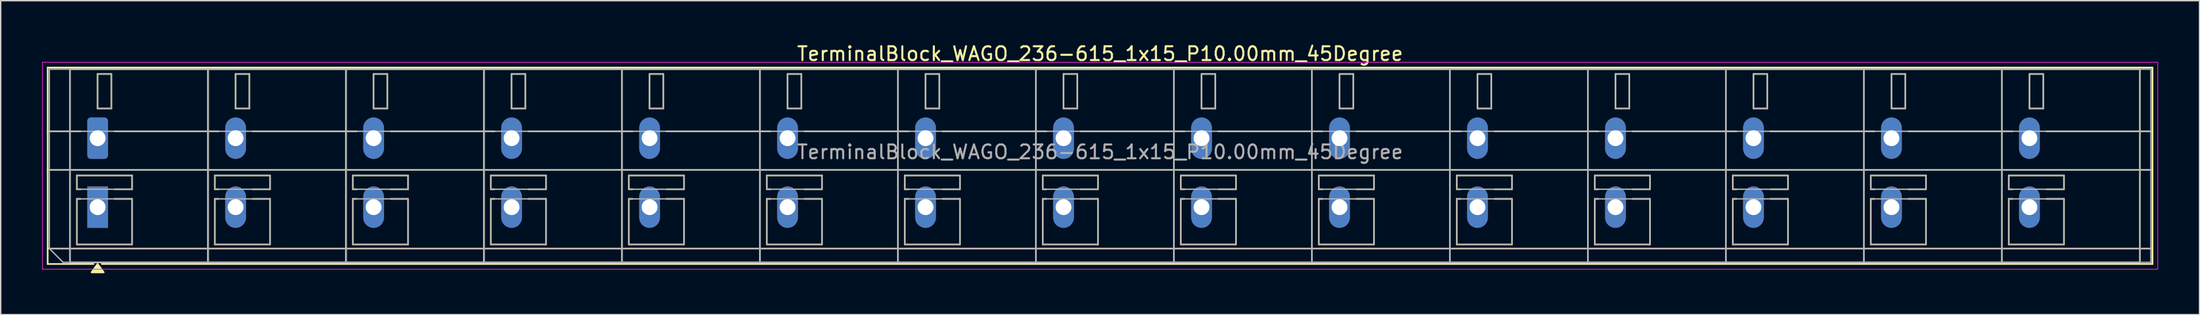
<source format=kicad_pcb>
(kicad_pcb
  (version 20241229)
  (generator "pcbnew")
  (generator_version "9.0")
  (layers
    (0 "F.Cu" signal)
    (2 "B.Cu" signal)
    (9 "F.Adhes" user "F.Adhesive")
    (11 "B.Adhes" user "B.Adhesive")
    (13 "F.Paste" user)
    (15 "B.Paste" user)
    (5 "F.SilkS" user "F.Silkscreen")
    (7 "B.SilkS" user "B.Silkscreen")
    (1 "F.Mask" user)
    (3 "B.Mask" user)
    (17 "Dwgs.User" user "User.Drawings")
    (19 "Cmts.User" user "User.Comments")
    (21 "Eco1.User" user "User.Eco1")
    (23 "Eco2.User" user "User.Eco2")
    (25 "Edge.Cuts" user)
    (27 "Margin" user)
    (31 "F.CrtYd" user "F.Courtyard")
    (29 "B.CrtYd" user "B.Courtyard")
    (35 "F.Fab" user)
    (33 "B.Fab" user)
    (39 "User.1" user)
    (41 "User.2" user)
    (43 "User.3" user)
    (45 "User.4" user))
  (footprint "TerminalBlock_WAGO_236-615_1x15_P10.00mm_45Degree"
    (layer "F.Cu")
    (at 4.025 6.968)
    (property "Reference" "TerminalBlock_WAGO_236-615_1x15_P10.00mm_45Degree" (at 72.65 -6.12 0) (layer "F.SilkS") (effects (font (size 1 1) (thickness 0.15))))
    (attr through_hole)
    (fp_line (start -3.62 -5.12) (end 148.92 -5.12) (stroke (width 0.12) (type solid)) (layer "F.SilkS"))
    (fp_line (start -3.62 -0.5) (end -1.23 -0.5) (stroke (width 0.12) (type solid)) (layer "F.SilkS"))
    (fp_line (start -3.62 2.3) (end 148.92 2.3) (stroke (width 0.12) (type solid)) (layer "F.SilkS"))
    (fp_line (start -3.62 8) (end 148.92 8) (stroke (width 0.12) (type solid)) (layer "F.SilkS"))
    (fp_line (start -3.62 9.12) (end -3.62 -5.12) (stroke (width 0.12) (type solid)) (layer "F.SilkS"))
    (fp_line (start -2 -5) (end 8 -5) (stroke (width 0.12) (type solid)) (layer "F.SilkS"))
    (fp_line (start -2 9) (end -2 -5) (stroke (width 0.12) (type solid)) (layer "F.SilkS"))
    (fp_line (start -1.5 2.7) (end 2.5 2.7) (stroke (width 0.12) (type solid)) (layer "F.SilkS"))
    (fp_line (start -1.5 3.7) (end -1.5 2.7) (stroke (width 0.12) (type solid)) (layer "F.SilkS"))
    (fp_line (start -1.5 4.4) (end -1.23 4.4) (stroke (width 0.12) (type solid)) (layer "F.SilkS"))
    (fp_line (start -1.5 7.7) (end -1.5 4.4) (stroke (width 0.12) (type solid)) (layer "F.SilkS"))
    (fp_line (start -1.23 3.7) (end -1.5 3.7) (stroke (width 0.12) (type solid)) (layer "F.SilkS"))
    (fp_line (start -0.3 9.12) (end -3.62 9.12) (stroke (width 0.12) (type solid)) (layer "F.SilkS"))
    (fp_line (start 0 -4.65) (end 1 -4.65) (stroke (width 0.12) (type solid)) (layer "F.SilkS"))
    (fp_line (start 0 -2.15) (end 0 -4.65) (stroke (width 0.12) (type solid)) (layer "F.SilkS"))
    (fp_line (start 1 -4.65) (end 1 -2.15) (stroke (width 0.12) (type solid)) (layer "F.SilkS"))
    (fp_line (start 1 -2.15) (end 0 -2.15) (stroke (width 0.12) (type solid)) (layer "F.SilkS"))
    (fp_line (start 1.23 -0.5) (end 8.77 -0.5) (stroke (width 0.12) (type solid)) (layer "F.SilkS"))
    (fp_line (start 1.23 4.4) (end 2.5 4.4) (stroke (width 0.12) (type solid)) (layer "F.SilkS"))
    (fp_line (start 2.5 2.7) (end 2.5 3.7) (stroke (width 0.12) (type solid)) (layer "F.SilkS"))
    (fp_line (start 2.5 3.7) (end 1.23 3.7) (stroke (width 0.12) (type solid)) (layer "F.SilkS"))
    (fp_line (start 2.5 4.4) (end 2.5 7.7) (stroke (width 0.12) (type solid)) (layer "F.SilkS"))
    (fp_line (start 2.5 7.7) (end -1.5 7.7) (stroke (width 0.12) (type solid)) (layer "F.SilkS"))
    (fp_line (start 8 -5) (end 8 9) (stroke (width 0.12) (type solid)) (layer "F.SilkS"))
    (fp_line (start 8 -5) (end 18 -5) (stroke (width 0.12) (type solid)) (layer "F.SilkS"))
    (fp_line (start 8 9) (end -2 9) (stroke (width 0.12) (type solid)) (layer "F.SilkS"))
    (fp_line (start 8 9) (end 8 -5) (stroke (width 0.12) (type solid)) (layer "F.SilkS"))
    (fp_line (start 8.5 2.7) (end 12.5 2.7) (stroke (width 0.12) (type solid)) (layer "F.SilkS"))
    (fp_line (start 8.5 3.7) (end 8.5 2.7) (stroke (width 0.12) (type solid)) (layer "F.SilkS"))
    (fp_line (start 8.5 4.4) (end 8.77 4.4) (stroke (width 0.12) (type solid)) (layer "F.SilkS"))
    (fp_line (start 8.5 7.7) (end 8.5 4.4) (stroke (width 0.12) (type solid)) (layer "F.SilkS"))
    (fp_line (start 8.77 3.7) (end 8.5 3.7) (stroke (width 0.12) (type solid)) (layer "F.SilkS"))
    (fp_line (start 10 -4.65) (end 11 -4.65) (stroke (width 0.12) (type solid)) (layer "F.SilkS"))
    (fp_line (start 10 -2.15) (end 10 -4.65) (stroke (width 0.12) (type solid)) (layer "F.SilkS"))
    (fp_line (start 11 -4.65) (end 11 -2.15) (stroke (width 0.12) (type solid)) (layer "F.SilkS"))
    (fp_line (start 11 -2.15) (end 10 -2.15) (stroke (width 0.12) (type solid)) (layer "F.SilkS"))
    (fp_line (start 11.23 -0.5) (end 18.77 -0.5) (stroke (width 0.12) (type solid)) (layer "F.SilkS"))
    (fp_line (start 11.23 4.4) (end 12.5 4.4) (stroke (width 0.12) (type solid)) (layer "F.SilkS"))
    (fp_line (start 12.5 2.7) (end 12.5 3.7) (stroke (width 0.12) (type solid)) (layer "F.SilkS"))
    (fp_line (start 12.5 3.7) (end 11.23 3.7) (stroke (width 0.12) (type solid)) (layer "F.SilkS"))
    (fp_line (start 12.5 4.4) (end 12.5 7.7) (stroke (width 0.12) (type solid)) (layer "F.SilkS"))
    (fp_line (start 12.5 7.7) (end 8.5 7.7) (stroke (width 0.12) (type solid)) (layer "F.SilkS"))
    (fp_line (start 18 -5) (end 18 9) (stroke (width 0.12) (type solid)) (layer "F.SilkS"))
    (fp_line (start 18 -5) (end 28 -5) (stroke (width 0.12) (type solid)) (layer "F.SilkS"))
    (fp_line (start 18 9) (end 8 9) (stroke (width 0.12) (type solid)) (layer "F.SilkS"))
    (fp_line (start 18 9) (end 18 -5) (stroke (width 0.12) (type solid)) (layer "F.SilkS"))
    (fp_line (start 18.5 2.7) (end 22.5 2.7) (stroke (width 0.12) (type solid)) (layer "F.SilkS"))
    (fp_line (start 18.5 3.7) (end 18.5 2.7) (stroke (width 0.12) (type solid)) (layer "F.SilkS"))
    (fp_line (start 18.5 4.4) (end 18.77 4.4) (stroke (width 0.12) (type solid)) (layer "F.SilkS"))
    (fp_line (start 18.5 7.7) (end 18.5 4.4) (stroke (width 0.12) (type solid)) (layer "F.SilkS"))
    (fp_line (start 18.77 3.7) (end 18.5 3.7) (stroke (width 0.12) (type solid)) (layer "F.SilkS"))
    (fp_line (start 20 -4.65) (end 21 -4.65) (stroke (width 0.12) (type solid)) (layer "F.SilkS"))
    (fp_line (start 20 -2.15) (end 20 -4.65) (stroke (width 0.12) (type solid)) (layer "F.SilkS"))
    (fp_line (start 21 -4.65) (end 21 -2.15) (stroke (width 0.12) (type solid)) (layer "F.SilkS"))
    (fp_line (start 21 -2.15) (end 20 -2.15) (stroke (width 0.12) (type solid)) (layer "F.SilkS"))
    (fp_line (start 21.23 -0.5) (end 28.77 -0.5) (stroke (width 0.12) (type solid)) (layer "F.SilkS"))
    (fp_line (start 21.23 4.4) (end 22.5 4.4) (stroke (width 0.12) (type solid)) (layer "F.SilkS"))
    (fp_line (start 22.5 2.7) (end 22.5 3.7) (stroke (width 0.12) (type solid)) (layer "F.SilkS"))
    (fp_line (start 22.5 3.7) (end 21.23 3.7) (stroke (width 0.12) (type solid)) (layer "F.SilkS"))
    (fp_line (start 22.5 4.4) (end 22.5 7.7) (stroke (width 0.12) (type solid)) (layer "F.SilkS"))
    (fp_line (start 22.5 7.7) (end 18.5 7.7) (stroke (width 0.12) (type solid)) (layer "F.SilkS"))
    (fp_line (start 28 -5) (end 28 9) (stroke (width 0.12) (type solid)) (layer "F.SilkS"))
    (fp_line (start 28 -5) (end 38 -5) (stroke (width 0.12) (type solid)) (layer "F.SilkS"))
    (fp_line (start 28 9) (end 18 9) (stroke (width 0.12) (type solid)) (layer "F.SilkS"))
    (fp_line (start 28 9) (end 28 -5) (stroke (width 0.12) (type solid)) (layer "F.SilkS"))
    (fp_line (start 28.5 2.7) (end 32.5 2.7) (stroke (width 0.12) (type solid)) (layer "F.SilkS"))
    (fp_line (start 28.5 3.7) (end 28.5 2.7) (stroke (width 0.12) (type solid)) (layer "F.SilkS"))
    (fp_line (start 28.5 4.4) (end 28.77 4.4) (stroke (width 0.12) (type solid)) (layer "F.SilkS"))
    (fp_line (start 28.5 7.7) (end 28.5 4.4) (stroke (width 0.12) (type solid)) (layer "F.SilkS"))
    (fp_line (start 28.77 3.7) (end 28.5 3.7) (stroke (width 0.12) (type solid)) (layer "F.SilkS"))
    (fp_line (start 30 -4.65) (end 31 -4.65) (stroke (width 0.12) (type solid)) (layer "F.SilkS"))
    (fp_line (start 30 -2.15) (end 30 -4.65) (stroke (width 0.12) (type solid)) (layer "F.SilkS"))
    (fp_line (start 31 -4.65) (end 31 -2.15) (stroke (width 0.12) (type solid)) (layer "F.SilkS"))
    (fp_line (start 31 -2.15) (end 30 -2.15) (stroke (width 0.12) (type solid)) (layer "F.SilkS"))
    (fp_line (start 31.23 -0.5) (end 38.77 -0.5) (stroke (width 0.12) (type solid)) (layer "F.SilkS"))
    (fp_line (start 31.23 4.4) (end 32.5 4.4) (stroke (width 0.12) (type solid)) (layer "F.SilkS"))
    (fp_line (start 32.5 2.7) (end 32.5 3.7) (stroke (width 0.12) (type solid)) (layer "F.SilkS"))
    (fp_line (start 32.5 3.7) (end 31.23 3.7) (stroke (width 0.12) (type solid)) (layer "F.SilkS"))
    (fp_line (start 32.5 4.4) (end 32.5 7.7) (stroke (width 0.12) (type solid)) (layer "F.SilkS"))
    (fp_line (start 32.5 7.7) (end 28.5 7.7) (stroke (width 0.12) (type solid)) (layer "F.SilkS"))
    (fp_line (start 38 -5) (end 38 9) (stroke (width 0.12) (type solid)) (layer "F.SilkS"))
    (fp_line (start 38 -5) (end 48 -5) (stroke (width 0.12) (type solid)) (layer "F.SilkS"))
    (fp_line (start 38 9) (end 28 9) (stroke (width 0.12) (type solid)) (layer "F.SilkS"))
    (fp_line (start 38 9) (end 38 -5) (stroke (width 0.12) (type solid)) (layer "F.SilkS"))
    (fp_line (start 38.5 2.7) (end 42.5 2.7) (stroke (width 0.12) (type solid)) (layer "F.SilkS"))
    (fp_line (start 38.5 3.7) (end 38.5 2.7) (stroke (width 0.12) (type solid)) (layer "F.SilkS"))
    (fp_line (start 38.5 4.4) (end 38.77 4.4) (stroke (width 0.12) (type solid)) (layer "F.SilkS"))
    (fp_line (start 38.5 7.7) (end 38.5 4.4) (stroke (width 0.12) (type solid)) (layer "F.SilkS"))
    (fp_line (start 38.77 3.7) (end 38.5 3.7) (stroke (width 0.12) (type solid)) (layer "F.SilkS"))
    (fp_line (start 40 -4.65) (end 41 -4.65) (stroke (width 0.12) (type solid)) (layer "F.SilkS"))
    (fp_line (start 40 -2.15) (end 40 -4.65) (stroke (width 0.12) (type solid)) (layer "F.SilkS"))
    (fp_line (start 41 -4.65) (end 41 -2.15) (stroke (width 0.12) (type solid)) (layer "F.SilkS"))
    (fp_line (start 41 -2.15) (end 40 -2.15) (stroke (width 0.12) (type solid)) (layer "F.SilkS"))
    (fp_line (start 41.23 -0.5) (end 48.77 -0.5) (stroke (width 0.12) (type solid)) (layer "F.SilkS"))
    (fp_line (start 41.23 4.4) (end 42.5 4.4) (stroke (width 0.12) (type solid)) (layer "F.SilkS"))
    (fp_line (start 42.5 2.7) (end 42.5 3.7) (stroke (width 0.12) (type solid)) (layer "F.SilkS"))
    (fp_line (start 42.5 3.7) (end 41.23 3.7) (stroke (width 0.12) (type solid)) (layer "F.SilkS"))
    (fp_line (start 42.5 4.4) (end 42.5 7.7) (stroke (width 0.12) (type solid)) (layer "F.SilkS"))
    (fp_line (start 42.5 7.7) (end 38.5 7.7) (stroke (width 0.12) (type solid)) (layer "F.SilkS"))
    (fp_line (start 48 -5) (end 48 9) (stroke (width 0.12) (type solid)) (layer "F.SilkS"))
    (fp_line (start 48 -5) (end 58 -5) (stroke (width 0.12) (type solid)) (layer "F.SilkS"))
    (fp_line (start 48 9) (end 38 9) (stroke (width 0.12) (type solid)) (layer "F.SilkS"))
    (fp_line (start 48 9) (end 48 -5) (stroke (width 0.12) (type solid)) (layer "F.SilkS"))
    (fp_line (start 48.5 2.7) (end 52.5 2.7) (stroke (width 0.12) (type solid)) (layer "F.SilkS"))
    (fp_line (start 48.5 3.7) (end 48.5 2.7) (stroke (width 0.12) (type solid)) (layer "F.SilkS"))
    (fp_line (start 48.5 4.4) (end 48.77 4.4) (stroke (width 0.12) (type solid)) (layer "F.SilkS"))
    (fp_line (start 48.5 7.7) (end 48.5 4.4) (stroke (width 0.12) (type solid)) (layer "F.SilkS"))
    (fp_line (start 48.77 3.7) (end 48.5 3.7) (stroke (width 0.12) (type solid)) (layer "F.SilkS"))
    (fp_line (start 50 -4.65) (end 51 -4.65) (stroke (width 0.12) (type solid)) (layer "F.SilkS"))
    (fp_line (start 50 -2.15) (end 50 -4.65) (stroke (width 0.12) (type solid)) (layer "F.SilkS"))
    (fp_line (start 51 -4.65) (end 51 -2.15) (stroke (width 0.12) (type solid)) (layer "F.SilkS"))
    (fp_line (start 51 -2.15) (end 50 -2.15) (stroke (width 0.12) (type solid)) (layer "F.SilkS"))
    (fp_line (start 51.23 -0.5) (end 58.77 -0.5) (stroke (width 0.12) (type solid)) (layer "F.SilkS"))
    (fp_line (start 51.23 4.4) (end 52.5 4.4) (stroke (width 0.12) (type solid)) (layer "F.SilkS"))
    (fp_line (start 52.5 2.7) (end 52.5 3.7) (stroke (width 0.12) (type solid)) (layer "F.SilkS"))
    (fp_line (start 52.5 3.7) (end 51.23 3.7) (stroke (width 0.12) (type solid)) (layer "F.SilkS"))
    (fp_line (start 52.5 4.4) (end 52.5 7.7) (stroke (width 0.12) (type solid)) (layer "F.SilkS"))
    (fp_line (start 52.5 7.7) (end 48.5 7.7) (stroke (width 0.12) (type solid)) (layer "F.SilkS"))
    (fp_line (start 58 -5) (end 58 9) (stroke (width 0.12) (type solid)) (layer "F.SilkS"))
    (fp_line (start 58 -5) (end 68 -5) (stroke (width 0.12) (type solid)) (layer "F.SilkS"))
    (fp_line (start 58 9) (end 48 9) (stroke (width 0.12) (type solid)) (layer "F.SilkS"))
    (fp_line (start 58 9) (end 58 -5) (stroke (width 0.12) (type solid)) (layer "F.SilkS"))
    (fp_line (start 58.5 2.7) (end 62.5 2.7) (stroke (width 0.12) (type solid)) (layer "F.SilkS"))
    (fp_line (start 58.5 3.7) (end 58.5 2.7) (stroke (width 0.12) (type solid)) (layer "F.SilkS"))
    (fp_line (start 58.5 4.4) (end 58.77 4.4) (stroke (width 0.12) (type solid)) (layer "F.SilkS"))
    (fp_line (start 58.5 7.7) (end 58.5 4.4) (stroke (width 0.12) (type solid)) (layer "F.SilkS"))
    (fp_line (start 58.77 3.7) (end 58.5 3.7) (stroke (width 0.12) (type solid)) (layer "F.SilkS"))
    (fp_line (start 60 -4.65) (end 61 -4.65) (stroke (width 0.12) (type solid)) (layer "F.SilkS"))
    (fp_line (start 60 -2.15) (end 60 -4.65) (stroke (width 0.12) (type solid)) (layer "F.SilkS"))
    (fp_line (start 61 -4.65) (end 61 -2.15) (stroke (width 0.12) (type solid)) (layer "F.SilkS"))
    (fp_line (start 61 -2.15) (end 60 -2.15) (stroke (width 0.12) (type solid)) (layer "F.SilkS"))
    (fp_line (start 61.23 -0.5) (end 68.77 -0.5) (stroke (width 0.12) (type solid)) (layer "F.SilkS"))
    (fp_line (start 61.23 4.4) (end 62.5 4.4) (stroke (width 0.12) (type solid)) (layer "F.SilkS"))
    (fp_line (start 62.5 2.7) (end 62.5 3.7) (stroke (width 0.12) (type solid)) (layer "F.SilkS"))
    (fp_line (start 62.5 3.7) (end 61.23 3.7) (stroke (width 0.12) (type solid)) (layer "F.SilkS"))
    (fp_line (start 62.5 4.4) (end 62.5 7.7) (stroke (width 0.12) (type solid)) (layer "F.SilkS"))
    (fp_line (start 62.5 7.7) (end 58.5 7.7) (stroke (width 0.12) (type solid)) (layer "F.SilkS"))
    (fp_line (start 68 -5) (end 68 9) (stroke (width 0.12) (type solid)) (layer "F.SilkS"))
    (fp_line (start 68 -5) (end 78 -5) (stroke (width 0.12) (type solid)) (layer "F.SilkS"))
    (fp_line (start 68 9) (end 58 9) (stroke (width 0.12) (type solid)) (layer "F.SilkS"))
    (fp_line (start 68 9) (end 68 -5) (stroke (width 0.12) (type solid)) (layer "F.SilkS"))
    (fp_line (start 68.5 2.7) (end 72.5 2.7) (stroke (width 0.12) (type solid)) (layer "F.SilkS"))
    (fp_line (start 68.5 3.7) (end 68.5 2.7) (stroke (width 0.12) (type solid)) (layer "F.SilkS"))
    (fp_line (start 68.5 4.4) (end 68.77 4.4) (stroke (width 0.12) (type solid)) (layer "F.SilkS"))
    (fp_line (start 68.5 7.7) (end 68.5 4.4) (stroke (width 0.12) (type solid)) (layer "F.SilkS"))
    (fp_line (start 68.77 3.7) (end 68.5 3.7) (stroke (width 0.12) (type solid)) (layer "F.SilkS"))
    (fp_line (start 70 -4.65) (end 71 -4.65) (stroke (width 0.12) (type solid)) (layer "F.SilkS"))
    (fp_line (start 70 -2.15) (end 70 -4.65) (stroke (width 0.12) (type solid)) (layer "F.SilkS"))
    (fp_line (start 71 -4.65) (end 71 -2.15) (stroke (width 0.12) (type solid)) (layer "F.SilkS"))
    (fp_line (start 71 -2.15) (end 70 -2.15) (stroke (width 0.12) (type solid)) (layer "F.SilkS"))
    (fp_line (start 71.23 -0.5) (end 78.77 -0.5) (stroke (width 0.12) (type solid)) (layer "F.SilkS"))
    (fp_line (start 71.23 4.4) (end 72.5 4.4) (stroke (width 0.12) (type solid)) (layer "F.SilkS"))
    (fp_line (start 72.5 2.7) (end 72.5 3.7) (stroke (width 0.12) (type solid)) (layer "F.SilkS"))
    (fp_line (start 72.5 3.7) (end 71.23 3.7) (stroke (width 0.12) (type solid)) (layer "F.SilkS"))
    (fp_line (start 72.5 4.4) (end 72.5 7.7) (stroke (width 0.12) (type solid)) (layer "F.SilkS"))
    (fp_line (start 72.5 7.7) (end 68.5 7.7) (stroke (width 0.12) (type solid)) (layer "F.SilkS"))
    (fp_line (start 78 -5) (end 78 9) (stroke (width 0.12) (type solid)) (layer "F.SilkS"))
    (fp_line (start 78 -5) (end 88 -5) (stroke (width 0.12) (type solid)) (layer "F.SilkS"))
    (fp_line (start 78 9) (end 68 9) (stroke (width 0.12) (type solid)) (layer "F.SilkS"))
    (fp_line (start 78 9) (end 78 -5) (stroke (width 0.12) (type solid)) (layer "F.SilkS"))
    (fp_line (start 78.5 2.7) (end 82.5 2.7) (stroke (width 0.12) (type solid)) (layer "F.SilkS"))
    (fp_line (start 78.5 3.7) (end 78.5 2.7) (stroke (width 0.12) (type solid)) (layer "F.SilkS"))
    (fp_line (start 78.5 4.4) (end 78.77 4.4) (stroke (width 0.12) (type solid)) (layer "F.SilkS"))
    (fp_line (start 78.5 7.7) (end 78.5 4.4) (stroke (width 0.12) (type solid)) (layer "F.SilkS"))
    (fp_line (start 78.77 3.7) (end 78.5 3.7) (stroke (width 0.12) (type solid)) (layer "F.SilkS"))
    (fp_line (start 80 -4.65) (end 81 -4.65) (stroke (width 0.12) (type solid)) (layer "F.SilkS"))
    (fp_line (start 80 -2.15) (end 80 -4.65) (stroke (width 0.12) (type solid)) (layer "F.SilkS"))
    (fp_line (start 81 -4.65) (end 81 -2.15) (stroke (width 0.12) (type solid)) (layer "F.SilkS"))
    (fp_line (start 81 -2.15) (end 80 -2.15) (stroke (width 0.12) (type solid)) (layer "F.SilkS"))
    (fp_line (start 81.23 -0.5) (end 88.77 -0.5) (stroke (width 0.12) (type solid)) (layer "F.SilkS"))
    (fp_line (start 81.23 4.4) (end 82.5 4.4) (stroke (width 0.12) (type solid)) (layer "F.SilkS"))
    (fp_line (start 82.5 2.7) (end 82.5 3.7) (stroke (width 0.12) (type solid)) (layer "F.SilkS"))
    (fp_line (start 82.5 3.7) (end 81.23 3.7) (stroke (width 0.12) (type solid)) (layer "F.SilkS"))
    (fp_line (start 82.5 4.4) (end 82.5 7.7) (stroke (width 0.12) (type solid)) (layer "F.SilkS"))
    (fp_line (start 82.5 7.7) (end 78.5 7.7) (stroke (width 0.12) (type solid)) (layer "F.SilkS"))
    (fp_line (start 88 -5) (end 88 9) (stroke (width 0.12) (type solid)) (layer "F.SilkS"))
    (fp_line (start 88 -5) (end 98 -5) (stroke (width 0.12) (type solid)) (layer "F.SilkS"))
    (fp_line (start 88 9) (end 78 9) (stroke (width 0.12) (type solid)) (layer "F.SilkS"))
    (fp_line (start 88 9) (end 88 -5) (stroke (width 0.12) (type solid)) (layer "F.SilkS"))
    (fp_line (start 88.5 2.7) (end 92.5 2.7) (stroke (width 0.12) (type solid)) (layer "F.SilkS"))
    (fp_line (start 88.5 3.7) (end 88.5 2.7) (stroke (width 0.12) (type solid)) (layer "F.SilkS"))
    (fp_line (start 88.5 4.4) (end 88.77 4.4) (stroke (width 0.12) (type solid)) (layer "F.SilkS"))
    (fp_line (start 88.5 7.7) (end 88.5 4.4) (stroke (width 0.12) (type solid)) (layer "F.SilkS"))
    (fp_line (start 88.77 3.7) (end 88.5 3.7) (stroke (width 0.12) (type solid)) (layer "F.SilkS"))
    (fp_line (start 90 -4.65) (end 91 -4.65) (stroke (width 0.12) (type solid)) (layer "F.SilkS"))
    (fp_line (start 90 -2.15) (end 90 -4.65) (stroke (width 0.12) (type solid)) (layer "F.SilkS"))
    (fp_line (start 91 -4.65) (end 91 -2.15) (stroke (width 0.12) (type solid)) (layer "F.SilkS"))
    (fp_line (start 91 -2.15) (end 90 -2.15) (stroke (width 0.12) (type solid)) (layer "F.SilkS"))
    (fp_line (start 91.23 -0.5) (end 98.77 -0.5) (stroke (width 0.12) (type solid)) (layer "F.SilkS"))
    (fp_line (start 91.23 4.4) (end 92.5 4.4) (stroke (width 0.12) (type solid)) (layer "F.SilkS"))
    (fp_line (start 92.5 2.7) (end 92.5 3.7) (stroke (width 0.12) (type solid)) (layer "F.SilkS"))
    (fp_line (start 92.5 3.7) (end 91.23 3.7) (stroke (width 0.12) (type solid)) (layer "F.SilkS"))
    (fp_line (start 92.5 4.4) (end 92.5 7.7) (stroke (width 0.12) (type solid)) (layer "F.SilkS"))
    (fp_line (start 92.5 7.7) (end 88.5 7.7) (stroke (width 0.12) (type solid)) (layer "F.SilkS"))
    (fp_line (start 98 -5) (end 98 9) (stroke (width 0.12) (type solid)) (layer "F.SilkS"))
    (fp_line (start 98 -5) (end 108 -5) (stroke (width 0.12) (type solid)) (layer "F.SilkS"))
    (fp_line (start 98 9) (end 88 9) (stroke (width 0.12) (type solid)) (layer "F.SilkS"))
    (fp_line (start 98 9) (end 98 -5) (stroke (width 0.12) (type solid)) (layer "F.SilkS"))
    (fp_line (start 98.5 2.7) (end 102.5 2.7) (stroke (width 0.12) (type solid)) (layer "F.SilkS"))
    (fp_line (start 98.5 3.7) (end 98.5 2.7) (stroke (width 0.12) (type solid)) (layer "F.SilkS"))
    (fp_line (start 98.5 4.4) (end 98.77 4.4) (stroke (width 0.12) (type solid)) (layer "F.SilkS"))
    (fp_line (start 98.5 7.7) (end 98.5 4.4) (stroke (width 0.12) (type solid)) (layer "F.SilkS"))
    (fp_line (start 98.77 3.7) (end 98.5 3.7) (stroke (width 0.12) (type solid)) (layer "F.SilkS"))
    (fp_line (start 100 -4.65) (end 101 -4.65) (stroke (width 0.12) (type solid)) (layer "F.SilkS"))
    (fp_line (start 100 -2.15) (end 100 -4.65) (stroke (width 0.12) (type solid)) (layer "F.SilkS"))
    (fp_line (start 101 -4.65) (end 101 -2.15) (stroke (width 0.12) (type solid)) (layer "F.SilkS"))
    (fp_line (start 101 -2.15) (end 100 -2.15) (stroke (width 0.12) (type solid)) (layer "F.SilkS"))
    (fp_line (start 101.23 -0.5) (end 108.77 -0.5) (stroke (width 0.12) (type solid)) (layer "F.SilkS"))
    (fp_line (start 101.23 4.4) (end 102.5 4.4) (stroke (width 0.12) (type solid)) (layer "F.SilkS"))
    (fp_line (start 102.5 2.7) (end 102.5 3.7) (stroke (width 0.12) (type solid)) (layer "F.SilkS"))
    (fp_line (start 102.5 3.7) (end 101.23 3.7) (stroke (width 0.12) (type solid)) (layer "F.SilkS"))
    (fp_line (start 102.5 4.4) (end 102.5 7.7) (stroke (width 0.12) (type solid)) (layer "F.SilkS"))
    (fp_line (start 102.5 7.7) (end 98.5 7.7) (stroke (width 0.12) (type solid)) (layer "F.SilkS"))
    (fp_line (start 108 -5) (end 108 9) (stroke (width 0.12) (type solid)) (layer "F.SilkS"))
    (fp_line (start 108 -5) (end 118 -5) (stroke (width 0.12) (type solid)) (layer "F.SilkS"))
    (fp_line (start 108 9) (end 98 9) (stroke (width 0.12) (type solid)) (layer "F.SilkS"))
    (fp_line (start 108 9) (end 108 -5) (stroke (width 0.12) (type solid)) (layer "F.SilkS"))
    (fp_line (start 108.5 2.7) (end 112.5 2.7) (stroke (width 0.12) (type solid)) (layer "F.SilkS"))
    (fp_line (start 108.5 3.7) (end 108.5 2.7) (stroke (width 0.12) (type solid)) (layer "F.SilkS"))
    (fp_line (start 108.5 4.4) (end 108.77 4.4) (stroke (width 0.12) (type solid)) (layer "F.SilkS"))
    (fp_line (start 108.5 7.7) (end 108.5 4.4) (stroke (width 0.12) (type solid)) (layer "F.SilkS"))
    (fp_line (start 108.77 3.7) (end 108.5 3.7) (stroke (width 0.12) (type solid)) (layer "F.SilkS"))
    (fp_line (start 110 -4.65) (end 111 -4.65) (stroke (width 0.12) (type solid)) (layer "F.SilkS"))
    (fp_line (start 110 -2.15) (end 110 -4.65) (stroke (width 0.12) (type solid)) (layer "F.SilkS"))
    (fp_line (start 111 -4.65) (end 111 -2.15) (stroke (width 0.12) (type solid)) (layer "F.SilkS"))
    (fp_line (start 111 -2.15) (end 110 -2.15) (stroke (width 0.12) (type solid)) (layer "F.SilkS"))
    (fp_line (start 111.23 -0.5) (end 118.77 -0.5) (stroke (width 0.12) (type solid)) (layer "F.SilkS"))
    (fp_line (start 111.23 4.4) (end 112.5 4.4) (stroke (width 0.12) (type solid)) (layer "F.SilkS"))
    (fp_line (start 112.5 2.7) (end 112.5 3.7) (stroke (width 0.12) (type solid)) (layer "F.SilkS"))
    (fp_line (start 112.5 3.7) (end 111.23 3.7) (stroke (width 0.12) (type solid)) (layer "F.SilkS"))
    (fp_line (start 112.5 4.4) (end 112.5 7.7) (stroke (width 0.12) (type solid)) (layer "F.SilkS"))
    (fp_line (start 112.5 7.7) (end 108.5 7.7) (stroke (width 0.12) (type solid)) (layer "F.SilkS"))
    (fp_line (start 118 -5) (end 118 9) (stroke (width 0.12) (type solid)) (layer "F.SilkS"))
    (fp_line (start 118 -5) (end 128 -5) (stroke (width 0.12) (type solid)) (layer "F.SilkS"))
    (fp_line (start 118 9) (end 108 9) (stroke (width 0.12) (type solid)) (layer "F.SilkS"))
    (fp_line (start 118 9) (end 118 -5) (stroke (width 0.12) (type solid)) (layer "F.SilkS"))
    (fp_line (start 118.5 2.7) (end 122.5 2.7) (stroke (width 0.12) (type solid)) (layer "F.SilkS"))
    (fp_line (start 118.5 3.7) (end 118.5 2.7) (stroke (width 0.12) (type solid)) (layer "F.SilkS"))
    (fp_line (start 118.5 4.4) (end 118.77 4.4) (stroke (width 0.12) (type solid)) (layer "F.SilkS"))
    (fp_line (start 118.5 7.7) (end 118.5 4.4) (stroke (width 0.12) (type solid)) (layer "F.SilkS"))
    (fp_line (start 118.77 3.7) (end 118.5 3.7) (stroke (width 0.12) (type solid)) (layer "F.SilkS"))
    (fp_line (start 120 -4.65) (end 121 -4.65) (stroke (width 0.12) (type solid)) (layer "F.SilkS"))
    (fp_line (start 120 -2.15) (end 120 -4.65) (stroke (width 0.12) (type solid)) (layer "F.SilkS"))
    (fp_line (start 121 -4.65) (end 121 -2.15) (stroke (width 0.12) (type solid)) (layer "F.SilkS"))
    (fp_line (start 121 -2.15) (end 120 -2.15) (stroke (width 0.12) (type solid)) (layer "F.SilkS"))
    (fp_line (start 121.23 -0.5) (end 128.77 -0.5) (stroke (width 0.12) (type solid)) (layer "F.SilkS"))
    (fp_line (start 121.23 4.4) (end 122.5 4.4) (stroke (width 0.12) (type solid)) (layer "F.SilkS"))
    (fp_line (start 122.5 2.7) (end 122.5 3.7) (stroke (width 0.12) (type solid)) (layer "F.SilkS"))
    (fp_line (start 122.5 3.7) (end 121.23 3.7) (stroke (width 0.12) (type solid)) (layer "F.SilkS"))
    (fp_line (start 122.5 4.4) (end 122.5 7.7) (stroke (width 0.12) (type solid)) (layer "F.SilkS"))
    (fp_line (start 122.5 7.7) (end 118.5 7.7) (stroke (width 0.12) (type solid)) (layer "F.SilkS"))
    (fp_line (start 128 -5) (end 128 9) (stroke (width 0.12) (type solid)) (layer "F.SilkS"))
    (fp_line (start 128 -5) (end 138 -5) (stroke (width 0.12) (type solid)) (layer "F.SilkS"))
    (fp_line (start 128 9) (end 118 9) (stroke (width 0.12) (type solid)) (layer "F.SilkS"))
    (fp_line (start 128 9) (end 128 -5) (stroke (width 0.12) (type solid)) (layer "F.SilkS"))
    (fp_line (start 128.5 2.7) (end 132.5 2.7) (stroke (width 0.12) (type solid)) (layer "F.SilkS"))
    (fp_line (start 128.5 3.7) (end 128.5 2.7) (stroke (width 0.12) (type solid)) (layer "F.SilkS"))
    (fp_line (start 128.5 4.4) (end 128.77 4.4) (stroke (width 0.12) (type solid)) (layer "F.SilkS"))
    (fp_line (start 128.5 7.7) (end 128.5 4.4) (stroke (width 0.12) (type solid)) (layer "F.SilkS"))
    (fp_line (start 128.77 3.7) (end 128.5 3.7) (stroke (width 0.12) (type solid)) (layer "F.SilkS"))
    (fp_line (start 130 -4.65) (end 131 -4.65) (stroke (width 0.12) (type solid)) (layer "F.SilkS"))
    (fp_line (start 130 -2.15) (end 130 -4.65) (stroke (width 0.12) (type solid)) (layer "F.SilkS"))
    (fp_line (start 131 -4.65) (end 131 -2.15) (stroke (width 0.12) (type solid)) (layer "F.SilkS"))
    (fp_line (start 131 -2.15) (end 130 -2.15) (stroke (width 0.12) (type solid)) (layer "F.SilkS"))
    (fp_line (start 131.23 -0.5) (end 138.77 -0.5) (stroke (width 0.12) (type solid)) (layer "F.SilkS"))
    (fp_line (start 131.23 4.4) (end 132.5 4.4) (stroke (width 0.12) (type solid)) (layer "F.SilkS"))
    (fp_line (start 132.5 2.7) (end 132.5 3.7) (stroke (width 0.12) (type solid)) (layer "F.SilkS"))
    (fp_line (start 132.5 3.7) (end 131.23 3.7) (stroke (width 0.12) (type solid)) (layer "F.SilkS"))
    (fp_line (start 132.5 4.4) (end 132.5 7.7) (stroke (width 0.12) (type solid)) (layer "F.SilkS"))
    (fp_line (start 132.5 7.7) (end 128.5 7.7) (stroke (width 0.12) (type solid)) (layer "F.SilkS"))
    (fp_line (start 138 -5) (end 138 9) (stroke (width 0.12) (type solid)) (layer "F.SilkS"))
    (fp_line (start 138 -5) (end 148 -5) (stroke (width 0.12) (type solid)) (layer "F.SilkS"))
    (fp_line (start 138 9) (end 128 9) (stroke (width 0.12) (type solid)) (layer "F.SilkS"))
    (fp_line (start 138 9) (end 138 -5) (stroke (width 0.12) (type solid)) (layer "F.SilkS"))
    (fp_line (start 138.5 2.7) (end 142.5 2.7) (stroke (width 0.12) (type solid)) (layer "F.SilkS"))
    (fp_line (start 138.5 3.7) (end 138.5 2.7) (stroke (width 0.12) (type solid)) (layer "F.SilkS"))
    (fp_line (start 138.5 4.4) (end 138.77 4.4) (stroke (width 0.12) (type solid)) (layer "F.SilkS"))
    (fp_line (start 138.5 7.7) (end 138.5 4.4) (stroke (width 0.12) (type solid)) (layer "F.SilkS"))
    (fp_line (start 138.77 3.7) (end 138.5 3.7) (stroke (width 0.12) (type solid)) (layer "F.SilkS"))
    (fp_line (start 140 -4.65) (end 141 -4.65) (stroke (width 0.12) (type solid)) (layer "F.SilkS"))
    (fp_line (start 140 -2.15) (end 140 -4.65) (stroke (width 0.12) (type solid)) (layer "F.SilkS"))
    (fp_line (start 141 -4.65) (end 141 -2.15) (stroke (width 0.12) (type solid)) (layer "F.SilkS"))
    (fp_line (start 141 -2.15) (end 140 -2.15) (stroke (width 0.12) (type solid)) (layer "F.SilkS"))
    (fp_line (start 141.23 -0.5) (end 148.92 -0.5) (stroke (width 0.12) (type solid)) (layer "F.SilkS"))
    (fp_line (start 141.23 4.4) (end 142.5 4.4) (stroke (width 0.12) (type solid)) (layer "F.SilkS"))
    (fp_line (start 142.5 2.7) (end 142.5 3.7) (stroke (width 0.12) (type solid)) (layer "F.SilkS"))
    (fp_line (start 142.5 3.7) (end 141.23 3.7) (stroke (width 0.12) (type solid)) (layer "F.SilkS"))
    (fp_line (start 142.5 4.4) (end 142.5 7.7) (stroke (width 0.12) (type solid)) (layer "F.SilkS"))
    (fp_line (start 142.5 7.7) (end 138.5 7.7) (stroke (width 0.12) (type solid)) (layer "F.SilkS"))
    (fp_line (start 148 -5) (end 148 9) (stroke (width 0.12) (type solid)) (layer "F.SilkS"))
    (fp_line (start 148 9) (end 138 9) (stroke (width 0.12) (type solid)) (layer "F.SilkS"))
    (fp_line (start 148.92 -5.12) (end 148.92 9.12) (stroke (width 0.12) (type solid)) (layer "F.SilkS"))
    (fp_line (start 148.92 9.12) (end 0.3 9.12) (stroke (width 0.12) (type solid)) (layer "F.SilkS"))
    (fp_poly (pts (xy 0 9.12) (xy 0.44 9.73) (xy -0.44 9.73)) (stroke (width 0.12) (type solid)) (fill yes) (layer "F.SilkS"))
    (fp_line (start -4 -5.5) (end -4 9.5) (stroke (width 0.05) (type solid)) (layer "F.CrtYd"))
    (fp_line (start -4 9.5) (end 149.3 9.5) (stroke (width 0.05) (type solid)) (layer "F.CrtYd"))
    (fp_line (start 149.3 -5.5) (end -4 -5.5) (stroke (width 0.05) (type solid)) (layer "F.CrtYd"))
    (fp_line (start 149.3 9.5) (end 149.3 -5.5) (stroke (width 0.05) (type solid)) (layer "F.CrtYd"))
    (fp_line (start -3.5 -5) (end 148.8 -5) (stroke (width 0.1) (type solid)) (layer "F.Fab"))
    (fp_line (start -3.5 -0.5) (end 148.8 -0.5) (stroke (width 0.1) (type solid)) (layer "F.Fab"))
    (fp_line (start -3.5 2.3) (end 148.8 2.3) (stroke (width 0.1) (type solid)) (layer "F.Fab"))
    (fp_line (start -3.5 8) (end -3.5 -5) (stroke (width 0.1) (type solid)) (layer "F.Fab"))
    (fp_line (start -3.5 8) (end 148.8 8) (stroke (width 0.1) (type solid)) (layer "F.Fab"))
    (fp_line (start -2.5 9) (end -3.5 8) (stroke (width 0.1) (type solid)) (layer "F.Fab"))
    (fp_line (start -2 -5) (end -2 9) (stroke (width 0.1) (type solid)) (layer "F.Fab"))
    (fp_line (start -2 9) (end 8 9) (stroke (width 0.1) (type solid)) (layer "F.Fab"))
    (fp_line (start -1.5 2.7) (end -1.5 3.7) (stroke (width 0.1) (type solid)) (layer "F.Fab"))
    (fp_line (start -1.5 3.7) (end 2.5 3.7) (stroke (width 0.1) (type solid)) (layer "F.Fab"))
    (fp_line (start -1.5 4.4) (end -1.5 7.7) (stroke (width 0.1) (type solid)) (layer "F.Fab"))
    (fp_line (start -1.5 7.7) (end 2.5 7.7) (stroke (width 0.1) (type solid)) (layer "F.Fab"))
    (fp_line (start 0 -4.65) (end 0 -2.15) (stroke (width 0.1) (type solid)) (layer "F.Fab"))
    (fp_line (start 0 -2.15) (end 1 -2.15) (stroke (width 0.1) (type solid)) (layer "F.Fab"))
    (fp_line (start 1 -4.65) (end 0 -4.65) (stroke (width 0.1) (type solid)) (layer "F.Fab"))
    (fp_line (start 1 -2.15) (end 1 -4.65) (stroke (width 0.1) (type solid)) (layer "F.Fab"))
    (fp_line (start 2.5 2.7) (end -1.5 2.7) (stroke (width 0.1) (type solid)) (layer "F.Fab"))
    (fp_line (start 2.5 3.7) (end 2.5 2.7) (stroke (width 0.1) (type solid)) (layer "F.Fab"))
    (fp_line (start 2.5 4.4) (end -1.5 4.4) (stroke (width 0.1) (type solid)) (layer "F.Fab"))
    (fp_line (start 2.5 7.7) (end 2.5 4.4) (stroke (width 0.1) (type solid)) (layer "F.Fab"))
    (fp_line (start 8 -5) (end -2 -5) (stroke (width 0.1) (type solid)) (layer "F.Fab"))
    (fp_line (start 8 -5) (end 8 9) (stroke (width 0.1) (type solid)) (layer "F.Fab"))
    (fp_line (start 8 9) (end 8 -5) (stroke (width 0.1) (type solid)) (layer "F.Fab"))
    (fp_line (start 8 9) (end 18 9) (stroke (width 0.1) (type solid)) (layer "F.Fab"))
    (fp_line (start 8.5 2.7) (end 8.5 3.7) (stroke (width 0.1) (type solid)) (layer "F.Fab"))
    (fp_line (start 8.5 3.7) (end 12.5 3.7) (stroke (width 0.1) (type solid)) (layer "F.Fab"))
    (fp_line (start 8.5 4.4) (end 8.5 7.7) (stroke (width 0.1) (type solid)) (layer "F.Fab"))
    (fp_line (start 8.5 7.7) (end 12.5 7.7) (stroke (width 0.1) (type solid)) (layer "F.Fab"))
    (fp_line (start 10 -4.65) (end 10 -2.15) (stroke (width 0.1) (type solid)) (layer "F.Fab"))
    (fp_line (start 10 -2.15) (end 11 -2.15) (stroke (width 0.1) (type solid)) (layer "F.Fab"))
    (fp_line (start 11 -4.65) (end 10 -4.65) (stroke (width 0.1) (type solid)) (layer "F.Fab"))
    (fp_line (start 11 -2.15) (end 11 -4.65) (stroke (width 0.1) (type solid)) (layer "F.Fab"))
    (fp_line (start 12.5 2.7) (end 8.5 2.7) (stroke (width 0.1) (type solid)) (layer "F.Fab"))
    (fp_line (start 12.5 3.7) (end 12.5 2.7) (stroke (width 0.1) (type solid)) (layer "F.Fab"))
    (fp_line (start 12.5 4.4) (end 8.5 4.4) (stroke (width 0.1) (type solid)) (layer "F.Fab"))
    (fp_line (start 12.5 7.7) (end 12.5 4.4) (stroke (width 0.1) (type solid)) (layer "F.Fab"))
    (fp_line (start 18 -5) (end 8 -5) (stroke (width 0.1) (type solid)) (layer "F.Fab"))
    (fp_line (start 18 -5) (end 18 9) (stroke (width 0.1) (type solid)) (layer "F.Fab"))
    (fp_line (start 18 9) (end 18 -5) (stroke (width 0.1) (type solid)) (layer "F.Fab"))
    (fp_line (start 18 9) (end 28 9) (stroke (width 0.1) (type solid)) (layer "F.Fab"))
    (fp_line (start 18.5 2.7) (end 18.5 3.7) (stroke (width 0.1) (type solid)) (layer "F.Fab"))
    (fp_line (start 18.5 3.7) (end 22.5 3.7) (stroke (width 0.1) (type solid)) (layer "F.Fab"))
    (fp_line (start 18.5 4.4) (end 18.5 7.7) (stroke (width 0.1) (type solid)) (layer "F.Fab"))
    (fp_line (start 18.5 7.7) (end 22.5 7.7) (stroke (width 0.1) (type solid)) (layer "F.Fab"))
    (fp_line (start 20 -4.65) (end 20 -2.15) (stroke (width 0.1) (type solid)) (layer "F.Fab"))
    (fp_line (start 20 -2.15) (end 21 -2.15) (stroke (width 0.1) (type solid)) (layer "F.Fab"))
    (fp_line (start 21 -4.65) (end 20 -4.65) (stroke (width 0.1) (type solid)) (layer "F.Fab"))
    (fp_line (start 21 -2.15) (end 21 -4.65) (stroke (width 0.1) (type solid)) (layer "F.Fab"))
    (fp_line (start 22.5 2.7) (end 18.5 2.7) (stroke (width 0.1) (type solid)) (layer "F.Fab"))
    (fp_line (start 22.5 3.7) (end 22.5 2.7) (stroke (width 0.1) (type solid)) (layer "F.Fab"))
    (fp_line (start 22.5 4.4) (end 18.5 4.4) (stroke (width 0.1) (type solid)) (layer "F.Fab"))
    (fp_line (start 22.5 7.7) (end 22.5 4.4) (stroke (width 0.1) (type solid)) (layer "F.Fab"))
    (fp_line (start 28 -5) (end 18 -5) (stroke (width 0.1) (type solid)) (layer "F.Fab"))
    (fp_line (start 28 -5) (end 28 9) (stroke (width 0.1) (type solid)) (layer "F.Fab"))
    (fp_line (start 28 9) (end 28 -5) (stroke (width 0.1) (type solid)) (layer "F.Fab"))
    (fp_line (start 28 9) (end 38 9) (stroke (width 0.1) (type solid)) (layer "F.Fab"))
    (fp_line (start 28.5 2.7) (end 28.5 3.7) (stroke (width 0.1) (type solid)) (layer "F.Fab"))
    (fp_line (start 28.5 3.7) (end 32.5 3.7) (stroke (width 0.1) (type solid)) (layer "F.Fab"))
    (fp_line (start 28.5 4.4) (end 28.5 7.7) (stroke (width 0.1) (type solid)) (layer "F.Fab"))
    (fp_line (start 28.5 7.7) (end 32.5 7.7) (stroke (width 0.1) (type solid)) (layer "F.Fab"))
    (fp_line (start 30 -4.65) (end 30 -2.15) (stroke (width 0.1) (type solid)) (layer "F.Fab"))
    (fp_line (start 30 -2.15) (end 31 -2.15) (stroke (width 0.1) (type solid)) (layer "F.Fab"))
    (fp_line (start 31 -4.65) (end 30 -4.65) (stroke (width 0.1) (type solid)) (layer "F.Fab"))
    (fp_line (start 31 -2.15) (end 31 -4.65) (stroke (width 0.1) (type solid)) (layer "F.Fab"))
    (fp_line (start 32.5 2.7) (end 28.5 2.7) (stroke (width 0.1) (type solid)) (layer "F.Fab"))
    (fp_line (start 32.5 3.7) (end 32.5 2.7) (stroke (width 0.1) (type solid)) (layer "F.Fab"))
    (fp_line (start 32.5 4.4) (end 28.5 4.4) (stroke (width 0.1) (type solid)) (layer "F.Fab"))
    (fp_line (start 32.5 7.7) (end 32.5 4.4) (stroke (width 0.1) (type solid)) (layer "F.Fab"))
    (fp_line (start 38 -5) (end 28 -5) (stroke (width 0.1) (type solid)) (layer "F.Fab"))
    (fp_line (start 38 -5) (end 38 9) (stroke (width 0.1) (type solid)) (layer "F.Fab"))
    (fp_line (start 38 9) (end 38 -5) (stroke (width 0.1) (type solid)) (layer "F.Fab"))
    (fp_line (start 38 9) (end 48 9) (stroke (width 0.1) (type solid)) (layer "F.Fab"))
    (fp_line (start 38.5 2.7) (end 38.5 3.7) (stroke (width 0.1) (type solid)) (layer "F.Fab"))
    (fp_line (start 38.5 3.7) (end 42.5 3.7) (stroke (width 0.1) (type solid)) (layer "F.Fab"))
    (fp_line (start 38.5 4.4) (end 38.5 7.7) (stroke (width 0.1) (type solid)) (layer "F.Fab"))
    (fp_line (start 38.5 7.7) (end 42.5 7.7) (stroke (width 0.1) (type solid)) (layer "F.Fab"))
    (fp_line (start 40 -4.65) (end 40 -2.15) (stroke (width 0.1) (type solid)) (layer "F.Fab"))
    (fp_line (start 40 -2.15) (end 41 -2.15) (stroke (width 0.1) (type solid)) (layer "F.Fab"))
    (fp_line (start 41 -4.65) (end 40 -4.65) (stroke (width 0.1) (type solid)) (layer "F.Fab"))
    (fp_line (start 41 -2.15) (end 41 -4.65) (stroke (width 0.1) (type solid)) (layer "F.Fab"))
    (fp_line (start 42.5 2.7) (end 38.5 2.7) (stroke (width 0.1) (type solid)) (layer "F.Fab"))
    (fp_line (start 42.5 3.7) (end 42.5 2.7) (stroke (width 0.1) (type solid)) (layer "F.Fab"))
    (fp_line (start 42.5 4.4) (end 38.5 4.4) (stroke (width 0.1) (type solid)) (layer "F.Fab"))
    (fp_line (start 42.5 7.7) (end 42.5 4.4) (stroke (width 0.1) (type solid)) (layer "F.Fab"))
    (fp_line (start 48 -5) (end 38 -5) (stroke (width 0.1) (type solid)) (layer "F.Fab"))
    (fp_line (start 48 -5) (end 48 9) (stroke (width 0.1) (type solid)) (layer "F.Fab"))
    (fp_line (start 48 9) (end 48 -5) (stroke (width 0.1) (type solid)) (layer "F.Fab"))
    (fp_line (start 48 9) (end 58 9) (stroke (width 0.1) (type solid)) (layer "F.Fab"))
    (fp_line (start 48.5 2.7) (end 48.5 3.7) (stroke (width 0.1) (type solid)) (layer "F.Fab"))
    (fp_line (start 48.5 3.7) (end 52.5 3.7) (stroke (width 0.1) (type solid)) (layer "F.Fab"))
    (fp_line (start 48.5 4.4) (end 48.5 7.7) (stroke (width 0.1) (type solid)) (layer "F.Fab"))
    (fp_line (start 48.5 7.7) (end 52.5 7.7) (stroke (width 0.1) (type solid)) (layer "F.Fab"))
    (fp_line (start 50 -4.65) (end 50 -2.15) (stroke (width 0.1) (type solid)) (layer "F.Fab"))
    (fp_line (start 50 -2.15) (end 51 -2.15) (stroke (width 0.1) (type solid)) (layer "F.Fab"))
    (fp_line (start 51 -4.65) (end 50 -4.65) (stroke (width 0.1) (type solid)) (layer "F.Fab"))
    (fp_line (start 51 -2.15) (end 51 -4.65) (stroke (width 0.1) (type solid)) (layer "F.Fab"))
    (fp_line (start 52.5 2.7) (end 48.5 2.7) (stroke (width 0.1) (type solid)) (layer "F.Fab"))
    (fp_line (start 52.5 3.7) (end 52.5 2.7) (stroke (width 0.1) (type solid)) (layer "F.Fab"))
    (fp_line (start 52.5 4.4) (end 48.5 4.4) (stroke (width 0.1) (type solid)) (layer "F.Fab"))
    (fp_line (start 52.5 7.7) (end 52.5 4.4) (stroke (width 0.1) (type solid)) (layer "F.Fab"))
    (fp_line (start 58 -5) (end 48 -5) (stroke (width 0.1) (type solid)) (layer "F.Fab"))
    (fp_line (start 58 -5) (end 58 9) (stroke (width 0.1) (type solid)) (layer "F.Fab"))
    (fp_line (start 58 9) (end 58 -5) (stroke (width 0.1) (type solid)) (layer "F.Fab"))
    (fp_line (start 58 9) (end 68 9) (stroke (width 0.1) (type solid)) (layer "F.Fab"))
    (fp_line (start 58.5 2.7) (end 58.5 3.7) (stroke (width 0.1) (type solid)) (layer "F.Fab"))
    (fp_line (start 58.5 3.7) (end 62.5 3.7) (stroke (width 0.1) (type solid)) (layer "F.Fab"))
    (fp_line (start 58.5 4.4) (end 58.5 7.7) (stroke (width 0.1) (type solid)) (layer "F.Fab"))
    (fp_line (start 58.5 7.7) (end 62.5 7.7) (stroke (width 0.1) (type solid)) (layer "F.Fab"))
    (fp_line (start 60 -4.65) (end 60 -2.15) (stroke (width 0.1) (type solid)) (layer "F.Fab"))
    (fp_line (start 60 -2.15) (end 61 -2.15) (stroke (width 0.1) (type solid)) (layer "F.Fab"))
    (fp_line (start 61 -4.65) (end 60 -4.65) (stroke (width 0.1) (type solid)) (layer "F.Fab"))
    (fp_line (start 61 -2.15) (end 61 -4.65) (stroke (width 0.1) (type solid)) (layer "F.Fab"))
    (fp_line (start 62.5 2.7) (end 58.5 2.7) (stroke (width 0.1) (type solid)) (layer "F.Fab"))
    (fp_line (start 62.5 3.7) (end 62.5 2.7) (stroke (width 0.1) (type solid)) (layer "F.Fab"))
    (fp_line (start 62.5 4.4) (end 58.5 4.4) (stroke (width 0.1) (type solid)) (layer "F.Fab"))
    (fp_line (start 62.5 7.7) (end 62.5 4.4) (stroke (width 0.1) (type solid)) (layer "F.Fab"))
    (fp_line (start 68 -5) (end 58 -5) (stroke (width 0.1) (type solid)) (layer "F.Fab"))
    (fp_line (start 68 -5) (end 68 9) (stroke (width 0.1) (type solid)) (layer "F.Fab"))
    (fp_line (start 68 9) (end 68 -5) (stroke (width 0.1) (type solid)) (layer "F.Fab"))
    (fp_line (start 68 9) (end 78 9) (stroke (width 0.1) (type solid)) (layer "F.Fab"))
    (fp_line (start 68.5 2.7) (end 68.5 3.7) (stroke (width 0.1) (type solid)) (layer "F.Fab"))
    (fp_line (start 68.5 3.7) (end 72.5 3.7) (stroke (width 0.1) (type solid)) (layer "F.Fab"))
    (fp_line (start 68.5 4.4) (end 68.5 7.7) (stroke (width 0.1) (type solid)) (layer "F.Fab"))
    (fp_line (start 68.5 7.7) (end 72.5 7.7) (stroke (width 0.1) (type solid)) (layer "F.Fab"))
    (fp_line (start 70 -4.65) (end 70 -2.15) (stroke (width 0.1) (type solid)) (layer "F.Fab"))
    (fp_line (start 70 -2.15) (end 71 -2.15) (stroke (width 0.1) (type solid)) (layer "F.Fab"))
    (fp_line (start 71 -4.65) (end 70 -4.65) (stroke (width 0.1) (type solid)) (layer "F.Fab"))
    (fp_line (start 71 -2.15) (end 71 -4.65) (stroke (width 0.1) (type solid)) (layer "F.Fab"))
    (fp_line (start 72.5 2.7) (end 68.5 2.7) (stroke (width 0.1) (type solid)) (layer "F.Fab"))
    (fp_line (start 72.5 3.7) (end 72.5 2.7) (stroke (width 0.1) (type solid)) (layer "F.Fab"))
    (fp_line (start 72.5 4.4) (end 68.5 4.4) (stroke (width 0.1) (type solid)) (layer "F.Fab"))
    (fp_line (start 72.5 7.7) (end 72.5 4.4) (stroke (width 0.1) (type solid)) (layer "F.Fab"))
    (fp_line (start 78 -5) (end 68 -5) (stroke (width 0.1) (type solid)) (layer "F.Fab"))
    (fp_line (start 78 -5) (end 78 9) (stroke (width 0.1) (type solid)) (layer "F.Fab"))
    (fp_line (start 78 9) (end 78 -5) (stroke (width 0.1) (type solid)) (layer "F.Fab"))
    (fp_line (start 78 9) (end 88 9) (stroke (width 0.1) (type solid)) (layer "F.Fab"))
    (fp_line (start 78.5 2.7) (end 78.5 3.7) (stroke (width 0.1) (type solid)) (layer "F.Fab"))
    (fp_line (start 78.5 3.7) (end 82.5 3.7) (stroke (width 0.1) (type solid)) (layer "F.Fab"))
    (fp_line (start 78.5 4.4) (end 78.5 7.7) (stroke (width 0.1) (type solid)) (layer "F.Fab"))
    (fp_line (start 78.5 7.7) (end 82.5 7.7) (stroke (width 0.1) (type solid)) (layer "F.Fab"))
    (fp_line (start 80 -4.65) (end 80 -2.15) (stroke (width 0.1) (type solid)) (layer "F.Fab"))
    (fp_line (start 80 -2.15) (end 81 -2.15) (stroke (width 0.1) (type solid)) (layer "F.Fab"))
    (fp_line (start 81 -4.65) (end 80 -4.65) (stroke (width 0.1) (type solid)) (layer "F.Fab"))
    (fp_line (start 81 -2.15) (end 81 -4.65) (stroke (width 0.1) (type solid)) (layer "F.Fab"))
    (fp_line (start 82.5 2.7) (end 78.5 2.7) (stroke (width 0.1) (type solid)) (layer "F.Fab"))
    (fp_line (start 82.5 3.7) (end 82.5 2.7) (stroke (width 0.1) (type solid)) (layer "F.Fab"))
    (fp_line (start 82.5 4.4) (end 78.5 4.4) (stroke (width 0.1) (type solid)) (layer "F.Fab"))
    (fp_line (start 82.5 7.7) (end 82.5 4.4) (stroke (width 0.1) (type solid)) (layer "F.Fab"))
    (fp_line (start 88 -5) (end 78 -5) (stroke (width 0.1) (type solid)) (layer "F.Fab"))
    (fp_line (start 88 -5) (end 88 9) (stroke (width 0.1) (type solid)) (layer "F.Fab"))
    (fp_line (start 88 9) (end 88 -5) (stroke (width 0.1) (type solid)) (layer "F.Fab"))
    (fp_line (start 88 9) (end 98 9) (stroke (width 0.1) (type solid)) (layer "F.Fab"))
    (fp_line (start 88.5 2.7) (end 88.5 3.7) (stroke (width 0.1) (type solid)) (layer "F.Fab"))
    (fp_line (start 88.5 3.7) (end 92.5 3.7) (stroke (width 0.1) (type solid)) (layer "F.Fab"))
    (fp_line (start 88.5 4.4) (end 88.5 7.7) (stroke (width 0.1) (type solid)) (layer "F.Fab"))
    (fp_line (start 88.5 7.7) (end 92.5 7.7) (stroke (width 0.1) (type solid)) (layer "F.Fab"))
    (fp_line (start 90 -4.65) (end 90 -2.15) (stroke (width 0.1) (type solid)) (layer "F.Fab"))
    (fp_line (start 90 -2.15) (end 91 -2.15) (stroke (width 0.1) (type solid)) (layer "F.Fab"))
    (fp_line (start 91 -4.65) (end 90 -4.65) (stroke (width 0.1) (type solid)) (layer "F.Fab"))
    (fp_line (start 91 -2.15) (end 91 -4.65) (stroke (width 0.1) (type solid)) (layer "F.Fab"))
    (fp_line (start 92.5 2.7) (end 88.5 2.7) (stroke (width 0.1) (type solid)) (layer "F.Fab"))
    (fp_line (start 92.5 3.7) (end 92.5 2.7) (stroke (width 0.1) (type solid)) (layer "F.Fab"))
    (fp_line (start 92.5 4.4) (end 88.5 4.4) (stroke (width 0.1) (type solid)) (layer "F.Fab"))
    (fp_line (start 92.5 7.7) (end 92.5 4.4) (stroke (width 0.1) (type solid)) (layer "F.Fab"))
    (fp_line (start 98 -5) (end 88 -5) (stroke (width 0.1) (type solid)) (layer "F.Fab"))
    (fp_line (start 98 -5) (end 98 9) (stroke (width 0.1) (type solid)) (layer "F.Fab"))
    (fp_line (start 98 9) (end 98 -5) (stroke (width 0.1) (type solid)) (layer "F.Fab"))
    (fp_line (start 98 9) (end 108 9) (stroke (width 0.1) (type solid)) (layer "F.Fab"))
    (fp_line (start 98.5 2.7) (end 98.5 3.7) (stroke (width 0.1) (type solid)) (layer "F.Fab"))
    (fp_line (start 98.5 3.7) (end 102.5 3.7) (stroke (width 0.1) (type solid)) (layer "F.Fab"))
    (fp_line (start 98.5 4.4) (end 98.5 7.7) (stroke (width 0.1) (type solid)) (layer "F.Fab"))
    (fp_line (start 98.5 7.7) (end 102.5 7.7) (stroke (width 0.1) (type solid)) (layer "F.Fab"))
    (fp_line (start 100 -4.65) (end 100 -2.15) (stroke (width 0.1) (type solid)) (layer "F.Fab"))
    (fp_line (start 100 -2.15) (end 101 -2.15) (stroke (width 0.1) (type solid)) (layer "F.Fab"))
    (fp_line (start 101 -4.65) (end 100 -4.65) (stroke (width 0.1) (type solid)) (layer "F.Fab"))
    (fp_line (start 101 -2.15) (end 101 -4.65) (stroke (width 0.1) (type solid)) (layer "F.Fab"))
    (fp_line (start 102.5 2.7) (end 98.5 2.7) (stroke (width 0.1) (type solid)) (layer "F.Fab"))
    (fp_line (start 102.5 3.7) (end 102.5 2.7) (stroke (width 0.1) (type solid)) (layer "F.Fab"))
    (fp_line (start 102.5 4.4) (end 98.5 4.4) (stroke (width 0.1) (type solid)) (layer "F.Fab"))
    (fp_line (start 102.5 7.7) (end 102.5 4.4) (stroke (width 0.1) (type solid)) (layer "F.Fab"))
    (fp_line (start 108 -5) (end 98 -5) (stroke (width 0.1) (type solid)) (layer "F.Fab"))
    (fp_line (start 108 -5) (end 108 9) (stroke (width 0.1) (type solid)) (layer "F.Fab"))
    (fp_line (start 108 9) (end 108 -5) (stroke (width 0.1) (type solid)) (layer "F.Fab"))
    (fp_line (start 108 9) (end 118 9) (stroke (width 0.1) (type solid)) (layer "F.Fab"))
    (fp_line (start 108.5 2.7) (end 108.5 3.7) (stroke (width 0.1) (type solid)) (layer "F.Fab"))
    (fp_line (start 108.5 3.7) (end 112.5 3.7) (stroke (width 0.1) (type solid)) (layer "F.Fab"))
    (fp_line (start 108.5 4.4) (end 108.5 7.7) (stroke (width 0.1) (type solid)) (layer "F.Fab"))
    (fp_line (start 108.5 7.7) (end 112.5 7.7) (stroke (width 0.1) (type solid)) (layer "F.Fab"))
    (fp_line (start 110 -4.65) (end 110 -2.15) (stroke (width 0.1) (type solid)) (layer "F.Fab"))
    (fp_line (start 110 -2.15) (end 111 -2.15) (stroke (width 0.1) (type solid)) (layer "F.Fab"))
    (fp_line (start 111 -4.65) (end 110 -4.65) (stroke (width 0.1) (type solid)) (layer "F.Fab"))
    (fp_line (start 111 -2.15) (end 111 -4.65) (stroke (width 0.1) (type solid)) (layer "F.Fab"))
    (fp_line (start 112.5 2.7) (end 108.5 2.7) (stroke (width 0.1) (type solid)) (layer "F.Fab"))
    (fp_line (start 112.5 3.7) (end 112.5 2.7) (stroke (width 0.1) (type solid)) (layer "F.Fab"))
    (fp_line (start 112.5 4.4) (end 108.5 4.4) (stroke (width 0.1) (type solid)) (layer "F.Fab"))
    (fp_line (start 112.5 7.7) (end 112.5 4.4) (stroke (width 0.1) (type solid)) (layer "F.Fab"))
    (fp_line (start 118 -5) (end 108 -5) (stroke (width 0.1) (type solid)) (layer "F.Fab"))
    (fp_line (start 118 -5) (end 118 9) (stroke (width 0.1) (type solid)) (layer "F.Fab"))
    (fp_line (start 118 9) (end 118 -5) (stroke (width 0.1) (type solid)) (layer "F.Fab"))
    (fp_line (start 118 9) (end 128 9) (stroke (width 0.1) (type solid)) (layer "F.Fab"))
    (fp_line (start 118.5 2.7) (end 118.5 3.7) (stroke (width 0.1) (type solid)) (layer "F.Fab"))
    (fp_line (start 118.5 3.7) (end 122.5 3.7) (stroke (width 0.1) (type solid)) (layer "F.Fab"))
    (fp_line (start 118.5 4.4) (end 118.5 7.7) (stroke (width 0.1) (type solid)) (layer "F.Fab"))
    (fp_line (start 118.5 7.7) (end 122.5 7.7) (stroke (width 0.1) (type solid)) (layer "F.Fab"))
    (fp_line (start 120 -4.65) (end 120 -2.15) (stroke (width 0.1) (type solid)) (layer "F.Fab"))
    (fp_line (start 120 -2.15) (end 121 -2.15) (stroke (width 0.1) (type solid)) (layer "F.Fab"))
    (fp_line (start 121 -4.65) (end 120 -4.65) (stroke (width 0.1) (type solid)) (layer "F.Fab"))
    (fp_line (start 121 -2.15) (end 121 -4.65) (stroke (width 0.1) (type solid)) (layer "F.Fab"))
    (fp_line (start 122.5 2.7) (end 118.5 2.7) (stroke (width 0.1) (type solid)) (layer "F.Fab"))
    (fp_line (start 122.5 3.7) (end 122.5 2.7) (stroke (width 0.1) (type solid)) (layer "F.Fab"))
    (fp_line (start 122.5 4.4) (end 118.5 4.4) (stroke (width 0.1) (type solid)) (layer "F.Fab"))
    (fp_line (start 122.5 7.7) (end 122.5 4.4) (stroke (width 0.1) (type solid)) (layer "F.Fab"))
    (fp_line (start 128 -5) (end 118 -5) (stroke (width 0.1) (type solid)) (layer "F.Fab"))
    (fp_line (start 128 -5) (end 128 9) (stroke (width 0.1) (type solid)) (layer "F.Fab"))
    (fp_line (start 128 9) (end 128 -5) (stroke (width 0.1) (type solid)) (layer "F.Fab"))
    (fp_line (start 128 9) (end 138 9) (stroke (width 0.1) (type solid)) (layer "F.Fab"))
    (fp_line (start 128.5 2.7) (end 128.5 3.7) (stroke (width 0.1) (type solid)) (layer "F.Fab"))
    (fp_line (start 128.5 3.7) (end 132.5 3.7) (stroke (width 0.1) (type solid)) (layer "F.Fab"))
    (fp_line (start 128.5 4.4) (end 128.5 7.7) (stroke (width 0.1) (type solid)) (layer "F.Fab"))
    (fp_line (start 128.5 7.7) (end 132.5 7.7) (stroke (width 0.1) (type solid)) (layer "F.Fab"))
    (fp_line (start 130 -4.65) (end 130 -2.15) (stroke (width 0.1) (type solid)) (layer "F.Fab"))
    (fp_line (start 130 -2.15) (end 131 -2.15) (stroke (width 0.1) (type solid)) (layer "F.Fab"))
    (fp_line (start 131 -4.65) (end 130 -4.65) (stroke (width 0.1) (type solid)) (layer "F.Fab"))
    (fp_line (start 131 -2.15) (end 131 -4.65) (stroke (width 0.1) (type solid)) (layer "F.Fab"))
    (fp_line (start 132.5 2.7) (end 128.5 2.7) (stroke (width 0.1) (type solid)) (layer "F.Fab"))
    (fp_line (start 132.5 3.7) (end 132.5 2.7) (stroke (width 0.1) (type solid)) (layer "F.Fab"))
    (fp_line (start 132.5 4.4) (end 128.5 4.4) (stroke (width 0.1) (type solid)) (layer "F.Fab"))
    (fp_line (start 132.5 7.7) (end 132.5 4.4) (stroke (width 0.1) (type solid)) (layer "F.Fab"))
    (fp_line (start 138 -5) (end 128 -5) (stroke (width 0.1) (type solid)) (layer "F.Fab"))
    (fp_line (start 138 -5) (end 138 9) (stroke (width 0.1) (type solid)) (layer "F.Fab"))
    (fp_line (start 138 9) (end 138 -5) (stroke (width 0.1) (type solid)) (layer "F.Fab"))
    (fp_line (start 138 9) (end 148 9) (stroke (width 0.1) (type solid)) (layer "F.Fab"))
    (fp_line (start 138.5 2.7) (end 138.5 3.7) (stroke (width 0.1) (type solid)) (layer "F.Fab"))
    (fp_line (start 138.5 3.7) (end 142.5 3.7) (stroke (width 0.1) (type solid)) (layer "F.Fab"))
    (fp_line (start 138.5 4.4) (end 138.5 7.7) (stroke (width 0.1) (type solid)) (layer "F.Fab"))
    (fp_line (start 138.5 7.7) (end 142.5 7.7) (stroke (width 0.1) (type solid)) (layer "F.Fab"))
    (fp_line (start 140 -4.65) (end 140 -2.15) (stroke (width 0.1) (type solid)) (layer "F.Fab"))
    (fp_line (start 140 -2.15) (end 141 -2.15) (stroke (width 0.1) (type solid)) (layer "F.Fab"))
    (fp_line (start 141 -4.65) (end 140 -4.65) (stroke (width 0.1) (type solid)) (layer "F.Fab"))
    (fp_line (start 141 -2.15) (end 141 -4.65) (stroke (width 0.1) (type solid)) (layer "F.Fab"))
    (fp_line (start 142.5 2.7) (end 138.5 2.7) (stroke (width 0.1) (type solid)) (layer "F.Fab"))
    (fp_line (start 142.5 3.7) (end 142.5 2.7) (stroke (width 0.1) (type solid)) (layer "F.Fab"))
    (fp_line (start 142.5 4.4) (end 138.5 4.4) (stroke (width 0.1) (type solid)) (layer "F.Fab"))
    (fp_line (start 142.5 7.7) (end 142.5 4.4) (stroke (width 0.1) (type solid)) (layer "F.Fab"))
    (fp_line (start 148 -5) (end 138 -5) (stroke (width 0.1) (type solid)) (layer "F.Fab"))
    (fp_line (start 148 9) (end 148 -5) (stroke (width 0.1) (type solid)) (layer "F.Fab"))
    (fp_line (start 148.8 -5) (end 148.8 9) (stroke (width 0.1) (type solid)) (layer "F.Fab"))
    (fp_line (start 148.8 9) (end -2.5 9) (stroke (width 0.1) (type solid)) (layer "F.Fab"))
    (fp_text user "${REFERENCE}" (at 72.65 1 0) (layer "F.Fab") (effects (font (size 1 1) (thickness 0.15))))
    (pad "1" thru_hole roundrect (at 0 0) (size 1.5 3) (drill 1.15) (layers "*.Cu" "*.Mask") (roundrect_rratio 0.167))
    (pad "1" thru_hole rect (at 0 5) (size 1.5 3) (drill 1.15) (layers "*.Cu" "*.Mask"))
    (pad "2" thru_hole oval (at 10 0) (size 1.5 3) (drill 1.15) (layers "*.Cu" "*.Mask"))
    (pad "2" thru_hole oval (at 10 5) (size 1.5 3) (drill 1.15) (layers "*.Cu" "*.Mask"))
    (pad "3" thru_hole oval (at 20 0) (size 1.5 3) (drill 1.15) (layers "*.Cu" "*.Mask"))
    (pad "3" thru_hole oval (at 20 5) (size 1.5 3) (drill 1.15) (layers "*.Cu" "*.Mask"))
    (pad "4" thru_hole oval (at 30 0) (size 1.5 3) (drill 1.15) (layers "*.Cu" "*.Mask"))
    (pad "4" thru_hole oval (at 30 5) (size 1.5 3) (drill 1.15) (layers "*.Cu" "*.Mask"))
    (pad "5" thru_hole oval (at 40 0) (size 1.5 3) (drill 1.15) (layers "*.Cu" "*.Mask"))
    (pad "5" thru_hole oval (at 40 5) (size 1.5 3) (drill 1.15) (layers "*.Cu" "*.Mask"))
    (pad "6" thru_hole oval (at 50 0) (size 1.5 3) (drill 1.15) (layers "*.Cu" "*.Mask"))
    (pad "6" thru_hole oval (at 50 5) (size 1.5 3) (drill 1.15) (layers "*.Cu" "*.Mask"))
    (pad "7" thru_hole oval (at 60 0) (size 1.5 3) (drill 1.15) (layers "*.Cu" "*.Mask"))
    (pad "7" thru_hole oval (at 60 5) (size 1.5 3) (drill 1.15) (layers "*.Cu" "*.Mask"))
    (pad "8" thru_hole oval (at 70 0) (size 1.5 3) (drill 1.15) (layers "*.Cu" "*.Mask"))
    (pad "8" thru_hole oval (at 70 5) (size 1.5 3) (drill 1.15) (layers "*.Cu" "*.Mask"))
    (pad "9" thru_hole oval (at 80 0) (size 1.5 3) (drill 1.15) (layers "*.Cu" "*.Mask"))
    (pad "9" thru_hole oval (at 80 5) (size 1.5 3) (drill 1.15) (layers "*.Cu" "*.Mask"))
    (pad "10" thru_hole oval (at 90 0) (size 1.5 3) (drill 1.15) (layers "*.Cu" "*.Mask"))
    (pad "10" thru_hole oval (at 90 5) (size 1.5 3) (drill 1.15) (layers "*.Cu" "*.Mask"))
    (pad "11" thru_hole oval (at 100 0) (size 1.5 3) (drill 1.15) (layers "*.Cu" "*.Mask"))
    (pad "11" thru_hole oval (at 100 5) (size 1.5 3) (drill 1.15) (layers "*.Cu" "*.Mask"))
    (pad "12" thru_hole oval (at 110 0) (size 1.5 3) (drill 1.15) (layers "*.Cu" "*.Mask"))
    (pad "12" thru_hole oval (at 110 5) (size 1.5 3) (drill 1.15) (layers "*.Cu" "*.Mask"))
    (pad "13" thru_hole oval (at 120 0) (size 1.5 3) (drill 1.15) (layers "*.Cu" "*.Mask"))
    (pad "13" thru_hole oval (at 120 5) (size 1.5 3) (drill 1.15) (layers "*.Cu" "*.Mask"))
    (pad "14" thru_hole oval (at 130 0) (size 1.5 3) (drill 1.15) (layers "*.Cu" "*.Mask"))
    (pad "14" thru_hole oval (at 130 5) (size 1.5 3) (drill 1.15) (layers "*.Cu" "*.Mask"))
    (pad "15" thru_hole oval (at 140 0) (size 1.5 3) (drill 1.15) (layers "*.Cu" "*.Mask"))
    (pad "15" thru_hole oval (at 140 5) (size 1.5 3) (drill 1.15) (layers "*.Cu" "*.Mask")))
  (gr_rect
    (start -3 -3)
    (end 156.35 19.758)
    (stroke (width 0.1) (type default))
    (fill no)
    (layer "Edge.Cuts")))
</source>
